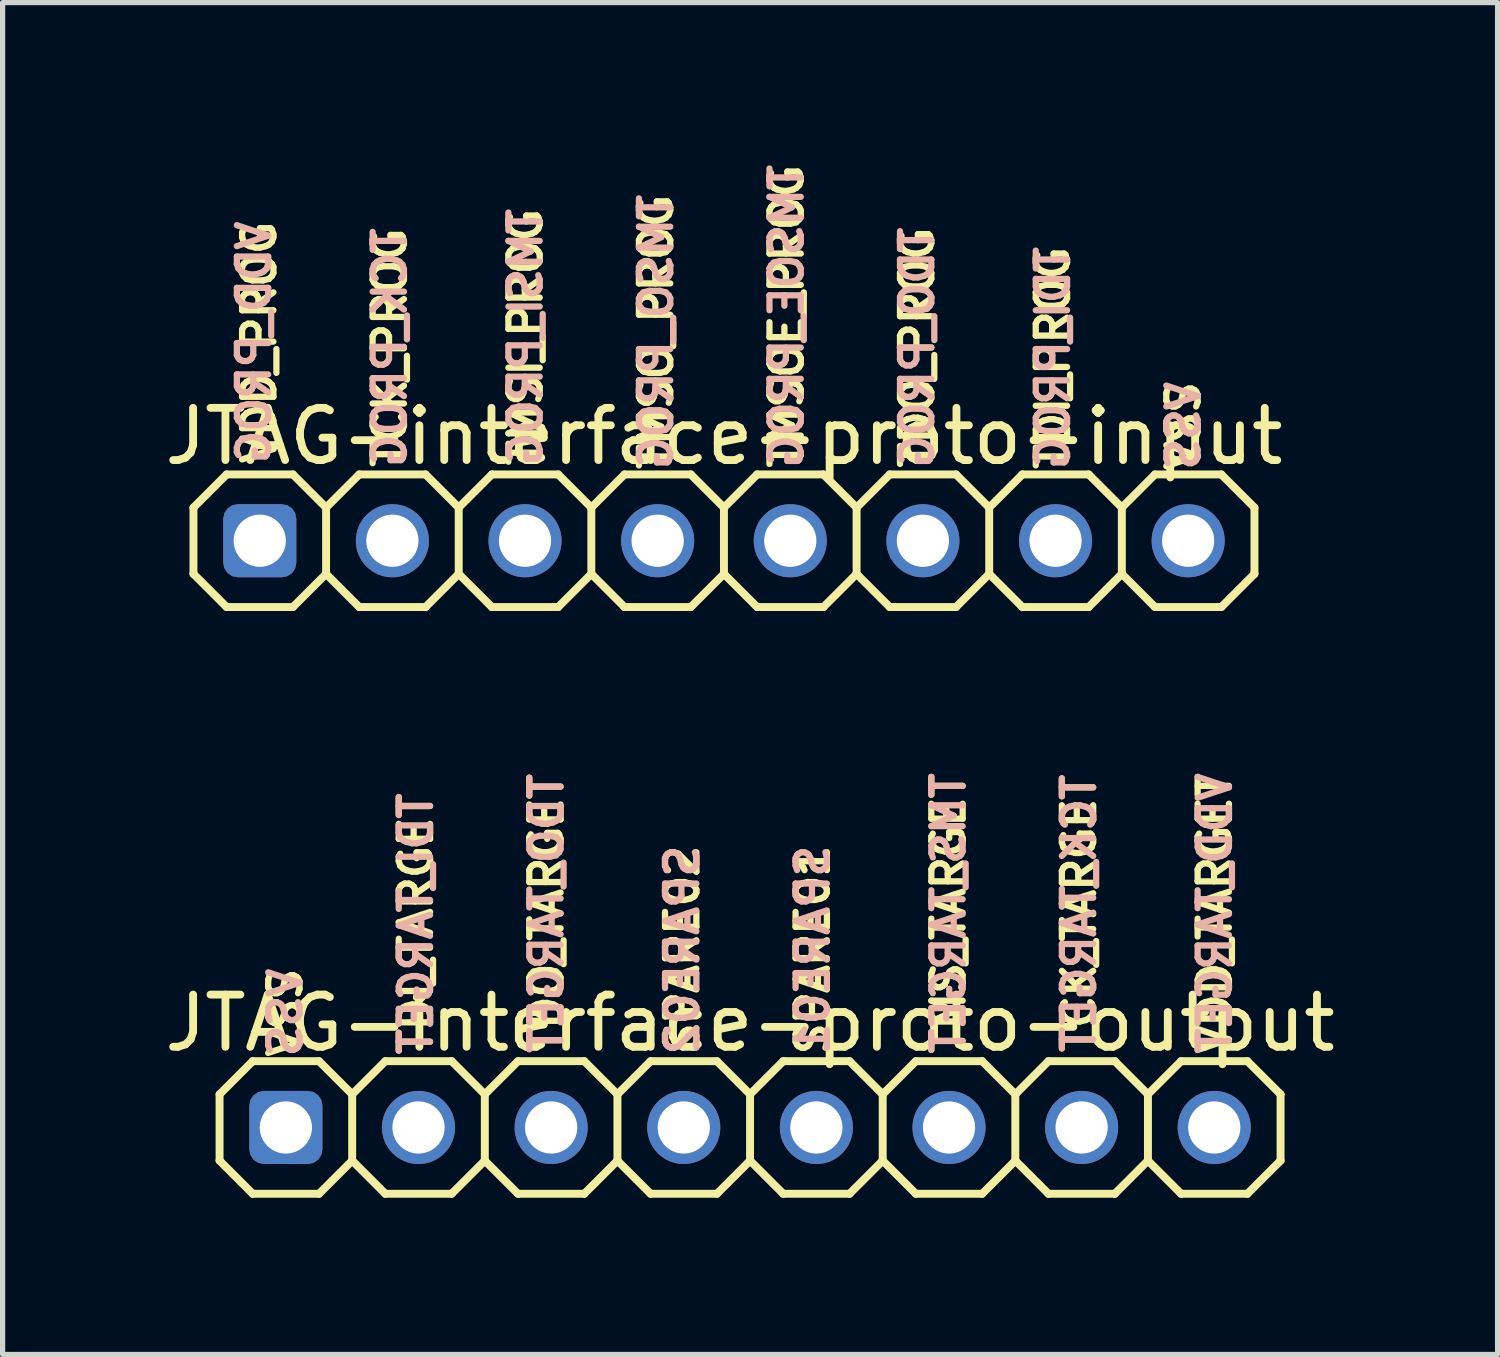
<source format=kicad_pcb>
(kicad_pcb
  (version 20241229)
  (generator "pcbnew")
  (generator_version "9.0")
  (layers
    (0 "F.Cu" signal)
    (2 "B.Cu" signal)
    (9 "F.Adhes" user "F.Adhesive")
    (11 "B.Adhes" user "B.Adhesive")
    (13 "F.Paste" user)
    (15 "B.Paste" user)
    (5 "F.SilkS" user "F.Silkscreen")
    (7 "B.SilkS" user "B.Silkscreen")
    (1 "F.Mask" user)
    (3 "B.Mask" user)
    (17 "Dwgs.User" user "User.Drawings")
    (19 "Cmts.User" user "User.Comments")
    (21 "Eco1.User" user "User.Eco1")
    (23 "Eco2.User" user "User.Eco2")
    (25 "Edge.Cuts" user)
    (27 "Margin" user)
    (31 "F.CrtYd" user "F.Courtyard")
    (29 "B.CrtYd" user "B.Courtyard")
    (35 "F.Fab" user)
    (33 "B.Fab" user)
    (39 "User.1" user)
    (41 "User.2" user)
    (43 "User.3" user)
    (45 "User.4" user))
  (footprint "JTAG-interface-proto-output"
    (layer "F.Cu")
    (at 11.315 18.543)
    (property "Reference" "JTAG-interface-proto-output" (at 0 -2 0) (layer "F.SilkS") (effects (font (size 1 1) (thickness 0.15))))
    (attr exclude_from_pos_files exclude_from_bom)
    (fp_line (start -10.16 -0.635) (end -10.16 0.635) (stroke (width 0.152) (type solid)) (layer "F.SilkS"))
    (fp_line (start -10.16 0.635) (end -9.525 1.27) (stroke (width 0.152) (type solid)) (layer "F.SilkS"))
    (fp_line (start -9.525 -1.27) (end -10.16 -0.635) (stroke (width 0.152) (type solid)) (layer "F.SilkS"))
    (fp_line (start -9.525 -1.27) (end -8.255 -1.27) (stroke (width 0.152) (type solid)) (layer "F.SilkS"))
    (fp_line (start -8.255 -1.27) (end -7.62 -0.635) (stroke (width 0.152) (type solid)) (layer "F.SilkS"))
    (fp_line (start -8.255 1.27) (end -9.525 1.27) (stroke (width 0.152) (type solid)) (layer "F.SilkS"))
    (fp_line (start -7.62 -0.635) (end -7.62 0.635) (stroke (width 0.152) (type solid)) (layer "F.SilkS"))
    (fp_line (start -7.62 -0.635) (end -6.985 -1.27) (stroke (width 0.152) (type solid)) (layer "F.SilkS"))
    (fp_line (start -7.62 0.635) (end -8.255 1.27) (stroke (width 0.152) (type solid)) (layer "F.SilkS"))
    (fp_line (start -6.985 -1.27) (end -5.715 -1.27) (stroke (width 0.152) (type solid)) (layer "F.SilkS"))
    (fp_line (start -6.985 1.27) (end -7.62 0.635) (stroke (width 0.152) (type solid)) (layer "F.SilkS"))
    (fp_line (start -5.715 -1.27) (end -5.08 -0.635) (stroke (width 0.152) (type solid)) (layer "F.SilkS"))
    (fp_line (start -5.715 1.27) (end -6.985 1.27) (stroke (width 0.152) (type solid)) (layer "F.SilkS"))
    (fp_line (start -5.08 -0.635) (end -5.08 0.635) (stroke (width 0.152) (type solid)) (layer "F.SilkS"))
    (fp_line (start -5.08 -0.635) (end -4.445 -1.27) (stroke (width 0.152) (type solid)) (layer "F.SilkS"))
    (fp_line (start -5.08 0.635) (end -5.715 1.27) (stroke (width 0.152) (type solid)) (layer "F.SilkS"))
    (fp_line (start -4.445 -1.27) (end -3.175 -1.27) (stroke (width 0.152) (type solid)) (layer "F.SilkS"))
    (fp_line (start -4.445 1.27) (end -5.08 0.635) (stroke (width 0.152) (type solid)) (layer "F.SilkS"))
    (fp_line (start -3.175 -1.27) (end -2.54 -0.635) (stroke (width 0.152) (type solid)) (layer "F.SilkS"))
    (fp_line (start -3.175 1.27) (end -4.445 1.27) (stroke (width 0.152) (type solid)) (layer "F.SilkS"))
    (fp_line (start -2.54 -0.635) (end -2.54 0.635) (stroke (width 0.152) (type solid)) (layer "F.SilkS"))
    (fp_line (start -2.54 0.635) (end -3.175 1.27) (stroke (width 0.152) (type solid)) (layer "F.SilkS"))
    (fp_line (start -2.54 0.635) (end -1.905 1.27) (stroke (width 0.152) (type solid)) (layer "F.SilkS"))
    (fp_line (start -1.905 -1.27) (end -2.54 -0.635) (stroke (width 0.152) (type solid)) (layer "F.SilkS"))
    (fp_line (start -1.905 -1.27) (end -0.635 -1.27) (stroke (width 0.152) (type solid)) (layer "F.SilkS"))
    (fp_line (start -0.635 -1.27) (end 0 -0.635) (stroke (width 0.152) (type solid)) (layer "F.SilkS"))
    (fp_line (start -0.635 1.27) (end -1.905 1.27) (stroke (width 0.152) (type solid)) (layer "F.SilkS"))
    (fp_line (start 0 -0.635) (end 0 0.635) (stroke (width 0.152) (type solid)) (layer "F.SilkS"))
    (fp_line (start 0 -0.635) (end 0.635 -1.27) (stroke (width 0.152) (type solid)) (layer "F.SilkS"))
    (fp_line (start 0 0.635) (end -0.635 1.27) (stroke (width 0.152) (type solid)) (layer "F.SilkS"))
    (fp_line (start 0.635 -1.27) (end 1.905 -1.27) (stroke (width 0.152) (type solid)) (layer "F.SilkS"))
    (fp_line (start 0.635 1.27) (end 0 0.635) (stroke (width 0.152) (type solid)) (layer "F.SilkS"))
    (fp_line (start 1.905 -1.27) (end 2.54 -0.635) (stroke (width 0.152) (type solid)) (layer "F.SilkS"))
    (fp_line (start 1.905 1.27) (end 0.635 1.27) (stroke (width 0.152) (type solid)) (layer "F.SilkS"))
    (fp_line (start 2.54 -0.635) (end 2.54 0.635) (stroke (width 0.152) (type solid)) (layer "F.SilkS"))
    (fp_line (start 2.54 -0.635) (end 3.175 -1.27) (stroke (width 0.152) (type solid)) (layer "F.SilkS"))
    (fp_line (start 2.54 0.635) (end 1.905 1.27) (stroke (width 0.152) (type solid)) (layer "F.SilkS"))
    (fp_line (start 3.175 -1.27) (end 4.445 -1.27) (stroke (width 0.152) (type solid)) (layer "F.SilkS"))
    (fp_line (start 3.175 1.27) (end 2.54 0.635) (stroke (width 0.152) (type solid)) (layer "F.SilkS"))
    (fp_line (start 4.445 -1.27) (end 5.08 -0.635) (stroke (width 0.152) (type solid)) (layer "F.SilkS"))
    (fp_line (start 4.445 1.27) (end 3.175 1.27) (stroke (width 0.152) (type solid)) (layer "F.SilkS"))
    (fp_line (start 5.08 -0.635) (end 5.08 0.635) (stroke (width 0.152) (type solid)) (layer "F.SilkS"))
    (fp_line (start 5.08 0.635) (end 4.445 1.27) (stroke (width 0.152) (type solid)) (layer "F.SilkS"))
    (fp_line (start 5.08 0.635) (end 5.715 1.27) (stroke (width 0.152) (type solid)) (layer "F.SilkS"))
    (fp_line (start 5.715 -1.27) (end 5.08 -0.635) (stroke (width 0.152) (type solid)) (layer "F.SilkS"))
    (fp_line (start 5.715 -1.27) (end 6.985 -1.27) (stroke (width 0.152) (type solid)) (layer "F.SilkS"))
    (fp_line (start 6.985 -1.27) (end 7.62 -0.635) (stroke (width 0.152) (type solid)) (layer "F.SilkS"))
    (fp_line (start 6.985 1.27) (end 5.715 1.27) (stroke (width 0.152) (type solid)) (layer "F.SilkS"))
    (fp_line (start 7.62 -0.635) (end 7.62 0.635) (stroke (width 0.152) (type solid)) (layer "F.SilkS"))
    (fp_line (start 7.62 0.635) (end 6.985 1.27) (stroke (width 0.152) (type solid)) (layer "F.SilkS"))
    (fp_line (start 7.62 0.635) (end 8.255 1.27) (stroke (width 0.152) (type solid)) (layer "F.SilkS"))
    (fp_line (start 8.255 -1.27) (end 7.62 -0.635) (stroke (width 0.152) (type solid)) (layer "F.SilkS"))
    (fp_line (start 8.255 -1.27) (end 9.525 -1.27) (stroke (width 0.152) (type solid)) (layer "F.SilkS"))
    (fp_line (start 9.525 -1.27) (end 10.16 -0.635) (stroke (width 0.152) (type solid)) (layer "F.SilkS"))
    (fp_line (start 9.525 1.27) (end 8.255 1.27) (stroke (width 0.152) (type solid)) (layer "F.SilkS"))
    (fp_line (start 10.16 -0.635) (end 10.16 0.635) (stroke (width 0.152) (type solid)) (layer "F.SilkS"))
    (fp_line (start 10.16 0.635) (end 9.525 1.27) (stroke (width 0.152) (type solid)) (layer "F.SilkS"))
    (fp_text user "TCK_TARGET" (at 6.3 -4.1 90) (layer "F.SilkS") (effects (font (size 0.6 0.6) (thickness 0.12))))
    (fp_text user "TDO_TARGET" (at -3.9 -4.1 90) (layer "F.SilkS") (effects (font (size 0.6 0.6) (thickness 0.12))))
    (fp_text user "VDD_TARGET" (at 8.9 -4.1 90) (layer "F.SilkS") (effects (font (size 0.6 0.6) (thickness 0.12))))
    (fp_text user "TDI_TARGET" (at -6.4 -3.9 90) (layer "F.SilkS") (effects (font (size 0.6 0.6) (thickness 0.12))))
    (fp_text user "VSS" (at -8.9 -2.2 90) (layer "F.SilkS") (effects (font (size 0.6 0.6) (thickness 0.12))))
    (fp_text user "TMS_TARGET" (at 3.8 -4.1 90) (layer "F.SilkS") (effects (font (size 0.6 0.6) (thickness 0.12))))
    (fp_text user "SPARE01" (at 1.2 -3.4 90) (layer "F.SilkS") (effects (font (size 0.6 0.6) (thickness 0.12))))
    (fp_text user "SPARE02" (at -1.3 -3.4 90) (layer "F.SilkS") (effects (font (size 0.6 0.6) (thickness 0.12))))
    (fp_text user "TCK_TARGET" (at 6.3 -4.1 270) (layer "B.SilkS") (effects (font (size 0.6 0.6) (thickness 0.12)) (justify mirror)))
    (fp_text user "SPARE01" (at 1.2 -3.4 270) (layer "B.SilkS") (effects (font (size 0.6 0.6) (thickness 0.12)) (justify mirror)))
    (fp_text user "VDD_TARGET" (at 8.9 -4.1 270) (layer "B.SilkS") (effects (font (size 0.6 0.6) (thickness 0.12)) (justify mirror)))
    (fp_text user "VSS" (at -8.9 -2.2 270) (layer "B.SilkS") (effects (font (size 0.6 0.6) (thickness 0.12)) (justify mirror)))
    (fp_text user "TDI_TARGET" (at -6.4 -3.9 270) (layer "B.SilkS") (effects (font (size 0.6 0.6) (thickness 0.12)) (justify mirror)))
    (fp_text user "TDO_TARGET" (at -3.9 -4.1 270) (layer "B.SilkS") (effects (font (size 0.6 0.6) (thickness 0.12)) (justify mirror)))
    (fp_text user "SPARE02" (at -1.3 -3.4 270) (layer "B.SilkS") (effects (font (size 0.6 0.6) (thickness 0.12)) (justify mirror)))
    (fp_text user "TMS_TARGET" (at 3.8 -4.1 270) (layer "B.SilkS") (effects (font (size 0.6 0.6) (thickness 0.12)) (justify mirror)))
    (pad "1" thru_hole roundrect (at -8.89 0 180) (size 1.4 1.4) (drill 1) (layers "*.Cu" "*.Mask") (roundrect_rratio 0.2))
    (pad "2" thru_hole circle (at -6.35 0 180) (size 1.4 1.4) (drill 1) (layers "*.Cu" "*.Mask"))
    (pad "3" thru_hole circle (at -3.81 0 180) (size 1.4 1.4) (drill 1) (layers "*.Cu" "*.Mask"))
    (pad "4" thru_hole circle (at -1.27 0 180) (size 1.4 1.4) (drill 1) (layers "*.Cu" "*.Mask"))
    (pad "5" thru_hole circle (at 1.27 0 180) (size 1.4 1.4) (drill 1) (layers "*.Cu" "*.Mask"))
    (pad "6" thru_hole circle (at 3.81 0 180) (size 1.4 1.4) (drill 1) (layers "*.Cu" "*.Mask"))
    (pad "7" thru_hole circle (at 6.35 0 180) (size 1.4 1.4) (drill 1) (layers "*.Cu" "*.Mask"))
    (pad "8" thru_hole circle (at 8.89 0 180) (size 1.4 1.4) (drill 1) (layers "*.Cu" "*.Mask")))
  (footprint "JTAG-interface-proto-input"
    (layer "F.Cu")
    (at 10.815 7.306)
    (property "Reference" "JTAG-interface-proto-input" (at 0 -2 0) (layer "F.SilkS") (effects (font (size 1 1) (thickness 0.15))))
    (attr through_hole exclude_from_pos_files exclude_from_bom)
    (fp_line (start -10.16 -0.635) (end -10.16 0.635) (stroke (width 0.152) (type solid)) (layer "F.SilkS"))
    (fp_line (start -10.16 0.635) (end -9.525 1.27) (stroke (width 0.152) (type solid)) (layer "F.SilkS"))
    (fp_line (start -9.525 -1.27) (end -10.16 -0.635) (stroke (width 0.152) (type solid)) (layer "F.SilkS"))
    (fp_line (start -9.525 -1.27) (end -8.255 -1.27) (stroke (width 0.152) (type solid)) (layer "F.SilkS"))
    (fp_line (start -8.255 -1.27) (end -7.62 -0.635) (stroke (width 0.152) (type solid)) (layer "F.SilkS"))
    (fp_line (start -8.255 1.27) (end -9.525 1.27) (stroke (width 0.152) (type solid)) (layer "F.SilkS"))
    (fp_line (start -7.62 -0.635) (end -7.62 0.635) (stroke (width 0.152) (type solid)) (layer "F.SilkS"))
    (fp_line (start -7.62 -0.635) (end -6.985 -1.27) (stroke (width 0.152) (type solid)) (layer "F.SilkS"))
    (fp_line (start -7.62 0.635) (end -8.255 1.27) (stroke (width 0.152) (type solid)) (layer "F.SilkS"))
    (fp_line (start -6.985 -1.27) (end -5.715 -1.27) (stroke (width 0.152) (type solid)) (layer "F.SilkS"))
    (fp_line (start -6.985 1.27) (end -7.62 0.635) (stroke (width 0.152) (type solid)) (layer "F.SilkS"))
    (fp_line (start -5.715 -1.27) (end -5.08 -0.635) (stroke (width 0.152) (type solid)) (layer "F.SilkS"))
    (fp_line (start -5.715 1.27) (end -6.985 1.27) (stroke (width 0.152) (type solid)) (layer "F.SilkS"))
    (fp_line (start -5.08 -0.635) (end -5.08 0.635) (stroke (width 0.152) (type solid)) (layer "F.SilkS"))
    (fp_line (start -5.08 -0.635) (end -4.445 -1.27) (stroke (width 0.152) (type solid)) (layer "F.SilkS"))
    (fp_line (start -5.08 0.635) (end -5.715 1.27) (stroke (width 0.152) (type solid)) (layer "F.SilkS"))
    (fp_line (start -4.445 -1.27) (end -3.175 -1.27) (stroke (width 0.152) (type solid)) (layer "F.SilkS"))
    (fp_line (start -4.445 1.27) (end -5.08 0.635) (stroke (width 0.152) (type solid)) (layer "F.SilkS"))
    (fp_line (start -3.175 -1.27) (end -2.54 -0.635) (stroke (width 0.152) (type solid)) (layer "F.SilkS"))
    (fp_line (start -3.175 1.27) (end -4.445 1.27) (stroke (width 0.152) (type solid)) (layer "F.SilkS"))
    (fp_line (start -2.54 -0.635) (end -2.54 0.635) (stroke (width 0.152) (type solid)) (layer "F.SilkS"))
    (fp_line (start -2.54 0.635) (end -3.175 1.27) (stroke (width 0.152) (type solid)) (layer "F.SilkS"))
    (fp_line (start -2.54 0.635) (end -1.905 1.27) (stroke (width 0.152) (type solid)) (layer "F.SilkS"))
    (fp_line (start -1.905 -1.27) (end -2.54 -0.635) (stroke (width 0.152) (type solid)) (layer "F.SilkS"))
    (fp_line (start -1.905 -1.27) (end -0.635 -1.27) (stroke (width 0.152) (type solid)) (layer "F.SilkS"))
    (fp_line (start -0.635 -1.27) (end 0 -0.635) (stroke (width 0.152) (type solid)) (layer "F.SilkS"))
    (fp_line (start -0.635 1.27) (end -1.905 1.27) (stroke (width 0.152) (type solid)) (layer "F.SilkS"))
    (fp_line (start 0 -0.635) (end 0 0.635) (stroke (width 0.152) (type solid)) (layer "F.SilkS"))
    (fp_line (start 0 -0.635) (end 0.635 -1.27) (stroke (width 0.152) (type solid)) (layer "F.SilkS"))
    (fp_line (start 0 0.635) (end -0.635 1.27) (stroke (width 0.152) (type solid)) (layer "F.SilkS"))
    (fp_line (start 0.635 -1.27) (end 1.905 -1.27) (stroke (width 0.152) (type solid)) (layer "F.SilkS"))
    (fp_line (start 0.635 1.27) (end 0 0.635) (stroke (width 0.152) (type solid)) (layer "F.SilkS"))
    (fp_line (start 1.905 -1.27) (end 2.54 -0.635) (stroke (width 0.152) (type solid)) (layer "F.SilkS"))
    (fp_line (start 1.905 1.27) (end 0.635 1.27) (stroke (width 0.152) (type solid)) (layer "F.SilkS"))
    (fp_line (start 2.54 -0.635) (end 2.54 0.635) (stroke (width 0.152) (type solid)) (layer "F.SilkS"))
    (fp_line (start 2.54 -0.635) (end 3.175 -1.27) (stroke (width 0.152) (type solid)) (layer "F.SilkS"))
    (fp_line (start 2.54 0.635) (end 1.905 1.27) (stroke (width 0.152) (type solid)) (layer "F.SilkS"))
    (fp_line (start 3.175 -1.27) (end 4.445 -1.27) (stroke (width 0.152) (type solid)) (layer "F.SilkS"))
    (fp_line (start 3.175 1.27) (end 2.54 0.635) (stroke (width 0.152) (type solid)) (layer "F.SilkS"))
    (fp_line (start 4.445 -1.27) (end 5.08 -0.635) (stroke (width 0.152) (type solid)) (layer "F.SilkS"))
    (fp_line (start 4.445 1.27) (end 3.175 1.27) (stroke (width 0.152) (type solid)) (layer "F.SilkS"))
    (fp_line (start 5.08 -0.635) (end 5.08 0.635) (stroke (width 0.152) (type solid)) (layer "F.SilkS"))
    (fp_line (start 5.08 0.635) (end 4.445 1.27) (stroke (width 0.152) (type solid)) (layer "F.SilkS"))
    (fp_line (start 5.08 0.635) (end 5.715 1.27) (stroke (width 0.152) (type solid)) (layer "F.SilkS"))
    (fp_line (start 5.715 -1.27) (end 5.08 -0.635) (stroke (width 0.152) (type solid)) (layer "F.SilkS"))
    (fp_line (start 5.715 -1.27) (end 6.985 -1.27) (stroke (width 0.152) (type solid)) (layer "F.SilkS"))
    (fp_line (start 6.985 -1.27) (end 7.62 -0.635) (stroke (width 0.152) (type solid)) (layer "F.SilkS"))
    (fp_line (start 6.985 1.27) (end 5.715 1.27) (stroke (width 0.152) (type solid)) (layer "F.SilkS"))
    (fp_line (start 7.62 -0.635) (end 7.62 0.635) (stroke (width 0.152) (type solid)) (layer "F.SilkS"))
    (fp_line (start 7.62 0.635) (end 6.985 1.27) (stroke (width 0.152) (type solid)) (layer "F.SilkS"))
    (fp_line (start 7.62 0.635) (end 8.255 1.27) (stroke (width 0.152) (type solid)) (layer "F.SilkS"))
    (fp_line (start 8.255 -1.27) (end 7.62 -0.635) (stroke (width 0.152) (type solid)) (layer "F.SilkS"))
    (fp_line (start 8.255 -1.27) (end 9.525 -1.27) (stroke (width 0.152) (type solid)) (layer "F.SilkS"))
    (fp_line (start 9.525 -1.27) (end 10.16 -0.635) (stroke (width 0.152) (type solid)) (layer "F.SilkS"))
    (fp_line (start 9.525 1.27) (end 8.255 1.27) (stroke (width 0.152) (type solid)) (layer "F.SilkS"))
    (fp_line (start 10.16 -0.635) (end 10.16 0.635) (stroke (width 0.152) (type solid)) (layer "F.SilkS"))
    (fp_line (start 10.16 0.635) (end 9.525 1.27) (stroke (width 0.152) (type solid)) (layer "F.SilkS"))
    (fp_text user "TMSO_PROG" (at -1.3 -4 90) (layer "F.SilkS") (effects (font (size 0.6 0.6) (thickness 0.12))))
    (fp_text user "TDO_PROG" (at 3.7 -3.7 90) (layer "F.SilkS") (effects (font (size 0.6 0.6) (thickness 0.12))))
    (fp_text user "TMSI_PROG" (at -3.8 -3.9 90) (layer "F.SilkS") (effects (font (size 0.6 0.6) (thickness 0.12))))
    (fp_text user "VSS" (at 8.8 -2.2 90) (layer "F.SilkS") (effects (font (size 0.6 0.6) (thickness 0.12))))
    (fp_text user "TMSOE_PROG" (at 1.2 -4.3 90) (layer "F.SilkS") (effects (font (size 0.6 0.6) (thickness 0.12))))
    (fp_text user "VDD_PROG" (at -8.9 -3.8 90) (layer "F.SilkS") (effects (font (size 0.6 0.6) (thickness 0.12))))
    (fp_text user "TDI_PROG" (at 6.3 -3.5 90) (layer "F.SilkS") (effects (font (size 0.6 0.6) (thickness 0.12))))
    (fp_text user "TCK_PROG" (at -6.4 -3.7 90) (layer "F.SilkS") (effects (font (size 0.6 0.6) (thickness 0.12))))
    (fp_text user "TDI_PROG" (at 6.3 -3.5 270) (layer "B.SilkS") (effects (font (size 0.6 0.6) (thickness 0.12)) (justify mirror)))
    (fp_text user "TCK_PROG" (at -6.4 -3.7 270) (layer "B.SilkS") (effects (font (size 0.6 0.6) (thickness 0.12)) (justify mirror)))
    (fp_text user "VDD_PROG" (at -9 -3.8 270) (layer "B.SilkS") (effects (font (size 0.6 0.6) (thickness 0.12)) (justify mirror)))
    (fp_text user "TDO_PROG" (at 3.7 -3.7 270) (layer "B.SilkS") (effects (font (size 0.6 0.6) (thickness 0.12)) (justify mirror)))
    (fp_text user "VSS" (at 8.8 -2.2 270) (layer "B.SilkS") (effects (font (size 0.6 0.6) (thickness 0.12)) (justify mirror)))
    (fp_text user "TMSOE_PROG" (at 1.2 -4.3 270) (layer "B.SilkS") (effects (font (size 0.6 0.6) (thickness 0.12)) (justify mirror)))
    (fp_text user "TMSI_PROG" (at -3.8 -3.9 270) (layer "B.SilkS") (effects (font (size 0.6 0.6) (thickness 0.12)) (justify mirror)))
    (fp_text user "TMSO_PROG" (at -1.3 -4 270) (layer "B.SilkS") (effects (font (size 0.6 0.6) (thickness 0.12)) (justify mirror)))
    (pad "1" thru_hole roundrect (at -8.89 0 180) (size 1.4 1.4) (drill 1) (layers "*.Cu" "*.Mask") (roundrect_rratio 0.2))
    (pad "2" thru_hole circle (at -6.35 0 180) (size 1.4 1.4) (drill 1) (layers "*.Cu" "*.Mask"))
    (pad "3" thru_hole circle (at -3.81 0 180) (size 1.4 1.4) (drill 1) (layers "*.Cu" "*.Mask"))
    (pad "4" thru_hole circle (at -1.27 0 180) (size 1.4 1.4) (drill 1) (layers "*.Cu" "*.Mask"))
    (pad "5" thru_hole circle (at 1.27 0 180) (size 1.4 1.4) (drill 1) (layers "*.Cu" "*.Mask"))
    (pad "6" thru_hole circle (at 3.81 0 180) (size 1.4 1.4) (drill 1) (layers "*.Cu" "*.Mask"))
    (pad "7" thru_hole circle (at 6.35 0 180) (size 1.4 1.4) (drill 1) (layers "*.Cu" "*.Mask"))
    (pad "8" thru_hole circle (at 8.89 0 180) (size 1.4 1.4) (drill 1) (layers "*.Cu" "*.Mask")))
  (gr_rect
    (start -3 -3)
    (end 25.631 22.89)
    (stroke (width 0.1) (type default))
    (fill no)
    (layer "Edge.Cuts")))
</source>
